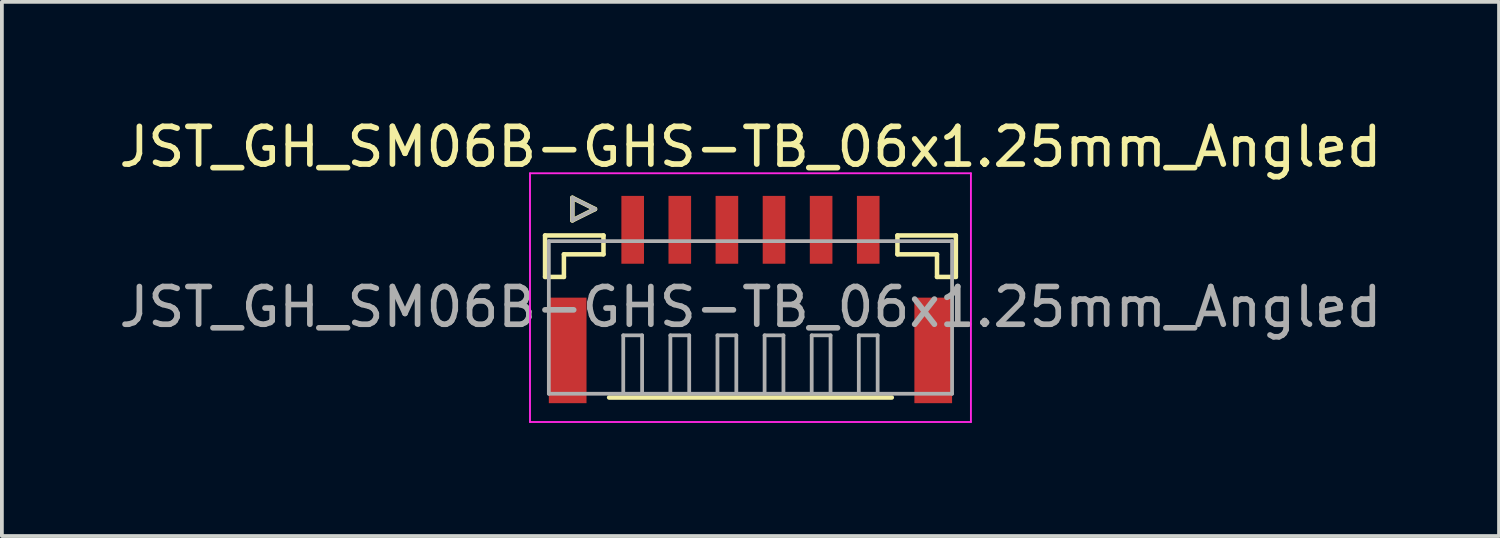
<source format=kicad_pcb>
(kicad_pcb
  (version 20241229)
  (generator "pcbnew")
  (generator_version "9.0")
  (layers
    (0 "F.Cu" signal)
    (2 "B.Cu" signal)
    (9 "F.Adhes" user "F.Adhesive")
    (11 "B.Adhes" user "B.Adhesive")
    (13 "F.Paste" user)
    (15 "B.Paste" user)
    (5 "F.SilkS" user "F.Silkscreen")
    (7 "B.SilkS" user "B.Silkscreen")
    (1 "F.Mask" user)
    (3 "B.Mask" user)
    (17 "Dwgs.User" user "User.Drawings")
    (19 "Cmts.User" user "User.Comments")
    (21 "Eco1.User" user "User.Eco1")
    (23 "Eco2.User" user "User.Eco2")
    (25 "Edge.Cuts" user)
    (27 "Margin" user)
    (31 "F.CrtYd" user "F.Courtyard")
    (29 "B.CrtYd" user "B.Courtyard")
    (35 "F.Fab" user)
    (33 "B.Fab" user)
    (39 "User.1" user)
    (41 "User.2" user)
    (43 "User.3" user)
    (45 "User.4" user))
  (footprint "JST_GH_SM06B-GHS-TB_06x1.25mm_Angled"
    (layer "F.Cu")
    (at 16.863 4.648)
    (property "Reference" "JST_GH_SM06B-GHS-TB_06x1.25mm_Angled" (at 0 -3.8 0) (layer "F.SilkS") (effects (font (size 1 1) (thickness 0.15))))
    (attr smd)
    (fp_line (start -5.45 -1.45) (end -3.9 -1.45) (stroke (width 0.12) (type solid)) (layer "F.SilkS"))
    (fp_line (start -5.45 -0.35) (end -5.45 -1.45) (stroke (width 0.12) (type solid)) (layer "F.SilkS"))
    (fp_line (start -4.95 -0.95) (end -4.95 -0.35) (stroke (width 0.12) (type solid)) (layer "F.SilkS"))
    (fp_line (start -4.95 -0.35) (end -5.45 -0.35) (stroke (width 0.12) (type solid)) (layer "F.SilkS"))
    (fp_line (start -4.725 -2.45) (end -4.725 -1.85) (stroke (width 0.12) (type solid)) (layer "F.SilkS"))
    (fp_line (start -4.725 -1.85) (end -4.125 -2.15) (stroke (width 0.12) (type solid)) (layer "F.SilkS"))
    (fp_line (start -4.125 -2.15) (end -4.725 -2.45) (stroke (width 0.12) (type solid)) (layer "F.SilkS"))
    (fp_line (start -3.9 -1.45) (end -3.9 -0.95) (stroke (width 0.12) (type solid)) (layer "F.SilkS"))
    (fp_line (start -3.9 -0.95) (end -4.95 -0.95) (stroke (width 0.12) (type solid)) (layer "F.SilkS"))
    (fp_line (start -3.75 2.85) (end 3.75 2.85) (stroke (width 0.12) (type solid)) (layer "F.SilkS"))
    (fp_line (start 3.9 -1.45) (end 3.9 -0.95) (stroke (width 0.12) (type solid)) (layer "F.SilkS"))
    (fp_line (start 3.9 -0.95) (end 4.95 -0.95) (stroke (width 0.12) (type solid)) (layer "F.SilkS"))
    (fp_line (start 4.95 -0.95) (end 4.95 -0.35) (stroke (width 0.12) (type solid)) (layer "F.SilkS"))
    (fp_line (start 4.95 -0.35) (end 5.45 -0.35) (stroke (width 0.12) (type solid)) (layer "F.SilkS"))
    (fp_line (start 5.45 -1.45) (end 3.9 -1.45) (stroke (width 0.12) (type solid)) (layer "F.SilkS"))
    (fp_line (start 5.45 -0.35) (end 5.45 -1.45) (stroke (width 0.12) (type solid)) (layer "F.SilkS"))
    (fp_line (start -5.85 -3.1) (end -5.85 3.5) (stroke (width 0.05) (type solid)) (layer "F.CrtYd"))
    (fp_line (start -5.85 3.5) (end 5.85 3.5) (stroke (width 0.05) (type solid)) (layer "F.CrtYd"))
    (fp_line (start 5.85 -3.1) (end -5.85 -3.1) (stroke (width 0.05) (type solid)) (layer "F.CrtYd"))
    (fp_line (start 5.85 3.5) (end 5.85 -3.1) (stroke (width 0.05) (type solid)) (layer "F.CrtYd"))
    (fp_line (start -5.35 -1.3) (end -5.35 2.75) (stroke (width 0.1) (type solid)) (layer "F.Fab"))
    (fp_line (start -5.35 2.75) (end 5.35 2.75) (stroke (width 0.1) (type solid)) (layer "F.Fab"))
    (fp_line (start -4.725 -2.45) (end -4.725 -1.85) (stroke (width 0.1) (type solid)) (layer "F.Fab"))
    (fp_line (start -4.725 -1.85) (end -4.125 -2.15) (stroke (width 0.1) (type solid)) (layer "F.Fab"))
    (fp_line (start -4.125 -2.15) (end -4.725 -2.45) (stroke (width 0.1) (type solid)) (layer "F.Fab"))
    (fp_line (start -3.375 1.2) (end -2.875 1.2) (stroke (width 0.1) (type solid)) (layer "F.Fab"))
    (fp_line (start -3.375 2.7) (end -3.375 1.2) (stroke (width 0.1) (type solid)) (layer "F.Fab"))
    (fp_line (start -2.875 1.2) (end -2.875 2.7) (stroke (width 0.1) (type solid)) (layer "F.Fab"))
    (fp_line (start -2.125 1.2) (end -1.625 1.2) (stroke (width 0.1) (type solid)) (layer "F.Fab"))
    (fp_line (start -2.125 2.7) (end -2.125 1.2) (stroke (width 0.1) (type solid)) (layer "F.Fab"))
    (fp_line (start -1.625 1.2) (end -1.625 2.7) (stroke (width 0.1) (type solid)) (layer "F.Fab"))
    (fp_line (start -0.875 1.2) (end -0.375 1.2) (stroke (width 0.1) (type solid)) (layer "F.Fab"))
    (fp_line (start -0.875 2.7) (end -0.875 1.2) (stroke (width 0.1) (type solid)) (layer "F.Fab"))
    (fp_line (start -0.375 1.2) (end -0.375 2.7) (stroke (width 0.1) (type solid)) (layer "F.Fab"))
    (fp_line (start 0.375 1.2) (end 0.875 1.2) (stroke (width 0.1) (type solid)) (layer "F.Fab"))
    (fp_line (start 0.375 2.7) (end 0.375 1.2) (stroke (width 0.1) (type solid)) (layer "F.Fab"))
    (fp_line (start 0.875 1.2) (end 0.875 2.7) (stroke (width 0.1) (type solid)) (layer "F.Fab"))
    (fp_line (start 1.625 1.2) (end 2.125 1.2) (stroke (width 0.1) (type solid)) (layer "F.Fab"))
    (fp_line (start 1.625 2.7) (end 1.625 1.2) (stroke (width 0.1) (type solid)) (layer "F.Fab"))
    (fp_line (start 2.125 1.2) (end 2.125 2.7) (stroke (width 0.1) (type solid)) (layer "F.Fab"))
    (fp_line (start 2.875 1.2) (end 3.375 1.2) (stroke (width 0.1) (type solid)) (layer "F.Fab"))
    (fp_line (start 2.875 2.7) (end 2.875 1.2) (stroke (width 0.1) (type solid)) (layer "F.Fab"))
    (fp_line (start 3.375 1.2) (end 3.375 2.7) (stroke (width 0.1) (type solid)) (layer "F.Fab"))
    (fp_line (start 5.35 -1.3) (end -5.35 -1.3) (stroke (width 0.1) (type solid)) (layer "F.Fab"))
    (fp_line (start 5.35 2.75) (end 5.35 -1.3) (stroke (width 0.1) (type solid)) (layer "F.Fab"))
    (fp_text user "${REFERENCE}" (at 0 0.45 0) (layer "F.Fab") (effects (font (size 1 1) (thickness 0.15))))
    (pad "" smd rect (at -4.85 1.6) (size 1 2.8) (layers "F.Cu" "F.Mask" "F.Paste"))
    (pad "" smd rect (at 4.85 1.6) (size 1 2.8) (layers "F.Cu" "F.Mask" "F.Paste"))
    (pad "1" smd rect (at -3.125 -1.6) (size 0.6 1.8) (layers "F.Cu" "F.Mask" "F.Paste"))
    (pad "2" smd rect (at -1.875 -1.6) (size 0.6 1.8) (layers "F.Cu" "F.Mask" "F.Paste"))
    (pad "3" smd rect (at -0.625 -1.6) (size 0.6 1.8) (layers "F.Cu" "F.Mask" "F.Paste"))
    (pad "4" smd rect (at 0.625 -1.6) (size 0.6 1.8) (layers "F.Cu" "F.Mask" "F.Paste"))
    (pad "5" smd rect (at 1.875 -1.6) (size 0.6 1.8) (layers "F.Cu" "F.Mask" "F.Paste"))
    (pad "6" smd rect (at 3.125 -1.6) (size 0.6 1.8) (layers "F.Cu" "F.Mask" "F.Paste")))
  (gr_rect
    (start -3 -3)
    (end 36.726 11.173)
    (stroke (width 0.1) (type default))
    (fill no)
    (layer "Edge.Cuts")))
</source>
